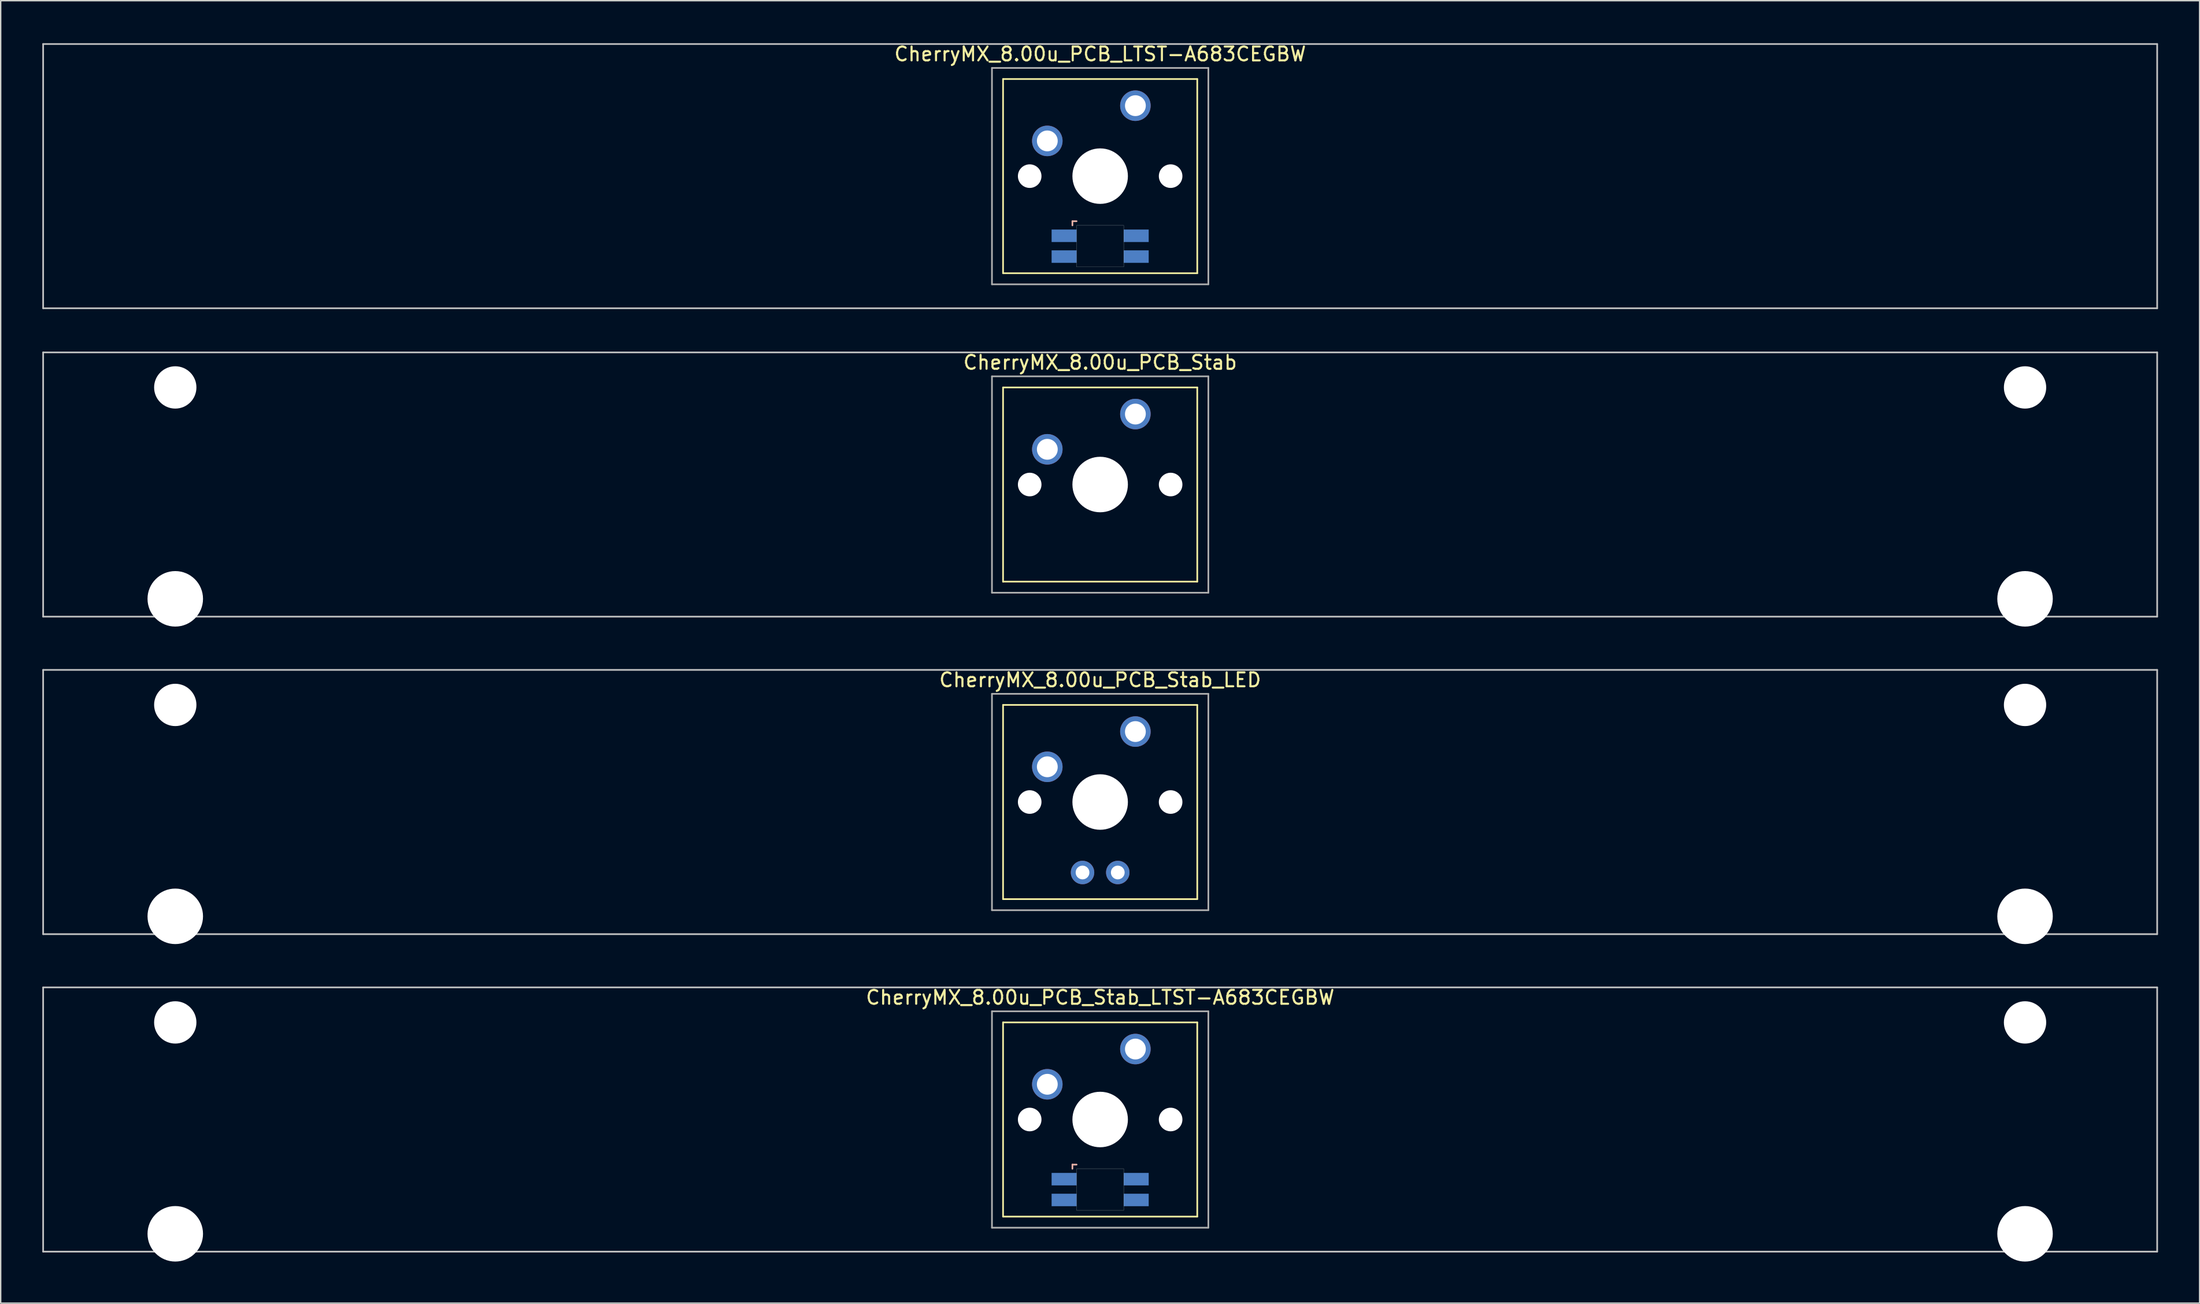
<source format=kicad_pcb>
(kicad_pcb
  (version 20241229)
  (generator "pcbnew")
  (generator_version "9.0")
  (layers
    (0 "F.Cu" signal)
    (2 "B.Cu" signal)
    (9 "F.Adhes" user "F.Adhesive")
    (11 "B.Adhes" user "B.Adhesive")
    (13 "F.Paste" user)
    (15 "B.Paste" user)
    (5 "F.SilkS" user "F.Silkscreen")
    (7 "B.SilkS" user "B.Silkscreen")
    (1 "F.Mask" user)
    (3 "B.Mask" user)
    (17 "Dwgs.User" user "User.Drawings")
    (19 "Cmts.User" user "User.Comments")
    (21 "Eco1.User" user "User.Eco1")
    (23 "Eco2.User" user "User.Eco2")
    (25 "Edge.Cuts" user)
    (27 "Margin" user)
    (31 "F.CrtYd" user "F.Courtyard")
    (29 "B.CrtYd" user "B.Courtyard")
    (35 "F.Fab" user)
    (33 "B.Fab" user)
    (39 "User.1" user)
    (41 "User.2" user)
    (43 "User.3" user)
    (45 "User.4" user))
  (footprint "CherryMX_8.00u_PCB_LTST-A683CEGBW"
    (layer "F.Cu")
    (at 76.26 9.648)
    (property "Reference" "CherryMX_8.00u_PCB_LTST-A683CEGBW" (at 0 -8.8 0) (layer "F.SilkS") (effects (font (size 1 1) (thickness 0.15))))
    (attr through_hole)
    (fp_line (start -7 -7) (end -7 7) (stroke (width 0.12) (type solid)) (layer "F.SilkS"))
    (fp_line (start -7 -7) (end 7 -7) (stroke (width 0.12) (type solid)) (layer "F.SilkS"))
    (fp_line (start 7 -7) (end 7 7) (stroke (width 0.12) (type solid)) (layer "F.SilkS"))
    (fp_line (start 7 7) (end -7 7) (stroke (width 0.12) (type solid)) (layer "F.SilkS"))
    (fp_line (start -2 3.25) (end -2 3.55) (stroke (width 0.12) (type solid)) (layer "B.SilkS"))
    (fp_line (start -1.7 3.25) (end -2 3.25) (stroke (width 0.12) (type solid)) (layer "B.SilkS"))
    (fp_line (start -76.2 -9.525) (end 76.2 -9.525) (stroke (width 0.12) (type solid)) (layer "Dwgs.User"))
    (fp_line (start -76.2 9.525) (end -76.2 -9.525) (stroke (width 0.12) (type solid)) (layer "Dwgs.User"))
    (fp_line (start 76.2 -9.525) (end 76.2 9.525) (stroke (width 0.12) (type solid)) (layer "Dwgs.User"))
    (fp_line (start 76.2 9.525) (end -76.2 9.525) (stroke (width 0.12) (type solid)) (layer "Dwgs.User"))
    (fp_poly (pts (xy 1.7 6.55) (xy -1.7 6.55) (xy -1.7 3.55) (xy 1.7 3.55)) (stroke (width 0.01) (type solid)) (fill no) (layer "Edge.Cuts"))
    (fp_line (start -7.8 -7.8) (end -7.8 7.8) (stroke (width 0.12) (type solid)) (layer "F.Fab"))
    (fp_line (start -7.8 -7.8) (end 7.8 -7.8) (stroke (width 0.12) (type solid)) (layer "F.Fab"))
    (fp_line (start -7.8 7.8) (end 7.8 7.8) (stroke (width 0.12) (type solid)) (layer "F.Fab"))
    (fp_line (start 7.8 -7.8) (end 7.8 7.8) (stroke (width 0.12) (type solid)) (layer "F.Fab"))
    (pad "" np_thru_hole circle (at -5.08 0) (size 1.7 1.7) (drill 1.7) (layers "*.Cu" "*.Mask"))
    (pad "" np_thru_hole circle (at 0 0) (size 4 4) (drill 4) (layers "*.Cu" "*.Mask"))
    (pad "" np_thru_hole circle (at 5.08 0) (size 1.7 1.7) (drill 1.7) (layers "*.Cu" "*.Mask"))
    (pad "1" thru_hole circle (at -3.81 -2.54) (size 2.2 2.2) (drill 1.5) (layers "*.Cu" "*.Mask"))
    (pad "2" thru_hole circle (at 2.54 -5.08) (size 2.2 2.2) (drill 1.5) (layers "*.Cu" "*.Mask"))
    (pad "3" smd rect (at -2.6 4.3) (size 1.8 0.9) (layers "B.Cu" "B.Mask" "B.Paste"))
    (pad "4" smd rect (at -2.6 5.8) (size 1.8 0.9) (layers "B.Cu" "B.Mask" "B.Paste"))
    (pad "5" smd rect (at 2.6 4.3) (size 1.8 0.9) (layers "B.Cu" "B.Mask" "B.Paste"))
    (pad "6" smd rect (at 2.6 5.8) (size 1.8 0.9) (layers "B.Cu" "B.Mask" "B.Paste")))
  (footprint "CherryMX_8.00u_PCB_Stab"
    (layer "F.Cu")
    (at 76.26 31.881)
    (property "Reference" "CherryMX_8.00u_PCB_Stab" (at 0 -8.8 0) (layer "F.SilkS") (effects (font (size 1 1) (thickness 0.15))))
    (attr through_hole)
    (fp_line (start -7 -7) (end -7 7) (stroke (width 0.12) (type solid)) (layer "F.SilkS"))
    (fp_line (start -7 -7) (end 7 -7) (stroke (width 0.12) (type solid)) (layer "F.SilkS"))
    (fp_line (start 7 -7) (end 7 7) (stroke (width 0.12) (type solid)) (layer "F.SilkS"))
    (fp_line (start 7 7) (end -7 7) (stroke (width 0.12) (type solid)) (layer "F.SilkS"))
    (fp_line (start -76.2 -9.525) (end 76.2 -9.525) (stroke (width 0.12) (type solid)) (layer "Dwgs.User"))
    (fp_line (start -76.2 9.525) (end -76.2 -9.525) (stroke (width 0.12) (type solid)) (layer "Dwgs.User"))
    (fp_line (start 76.2 -9.525) (end 76.2 9.525) (stroke (width 0.12) (type solid)) (layer "Dwgs.User"))
    (fp_line (start 76.2 9.525) (end -76.2 9.525) (stroke (width 0.12) (type solid)) (layer "Dwgs.User"))
    (fp_line (start -7.8 -7.8) (end -7.8 7.8) (stroke (width 0.12) (type solid)) (layer "F.Fab"))
    (fp_line (start -7.8 -7.8) (end 7.8 -7.8) (stroke (width 0.12) (type solid)) (layer "F.Fab"))
    (fp_line (start -7.8 7.8) (end 7.8 7.8) (stroke (width 0.12) (type solid)) (layer "F.Fab"))
    (fp_line (start 7.8 -7.8) (end 7.8 7.8) (stroke (width 0.12) (type solid)) (layer "F.Fab"))
    (pad "" np_thru_hole circle (at -66.675 -7) (size 3.05 3.05) (drill 3.05) (layers "*.Cu" "*.Mask"))
    (pad "" np_thru_hole circle (at -66.675 8.24) (size 4 4) (drill 4) (layers "*.Cu" "*.Mask"))
    (pad "" np_thru_hole circle (at -5.08 0) (size 1.7 1.7) (drill 1.7) (layers "*.Cu" "*.Mask"))
    (pad "" np_thru_hole circle (at 0 0) (size 4 4) (drill 4) (layers "*.Cu" "*.Mask"))
    (pad "" np_thru_hole circle (at 5.08 0) (size 1.7 1.7) (drill 1.7) (layers "*.Cu" "*.Mask"))
    (pad "" np_thru_hole circle (at 66.675 -7) (size 3.05 3.05) (drill 3.05) (layers "*.Cu" "*.Mask"))
    (pad "" np_thru_hole circle (at 66.675 8.24) (size 4 4) (drill 4) (layers "*.Cu" "*.Mask"))
    (pad "1" thru_hole circle (at -3.81 -2.54) (size 2.2 2.2) (drill 1.5) (layers "*.Cu" "*.Mask"))
    (pad "2" thru_hole circle (at 2.54 -5.08) (size 2.2 2.2) (drill 1.5) (layers "*.Cu" "*.Mask")))
  (footprint "CherryMX_8.00u_PCB_Stab_LTST-A683CEGBW"
    (layer "F.Cu")
    (at 76.26 77.658)
    (property "Reference" "CherryMX_8.00u_PCB_Stab_LTST-A683CEGBW" (at 0 -8.8 0) (layer "F.SilkS") (effects (font (size 1 1) (thickness 0.15))))
    (attr through_hole)
    (fp_line (start -7 -7) (end -7 7) (stroke (width 0.12) (type solid)) (layer "F.SilkS"))
    (fp_line (start -7 -7) (end 7 -7) (stroke (width 0.12) (type solid)) (layer "F.SilkS"))
    (fp_line (start 7 -7) (end 7 7) (stroke (width 0.12) (type solid)) (layer "F.SilkS"))
    (fp_line (start 7 7) (end -7 7) (stroke (width 0.12) (type solid)) (layer "F.SilkS"))
    (fp_line (start -2 3.25) (end -2 3.55) (stroke (width 0.12) (type solid)) (layer "B.SilkS"))
    (fp_line (start -1.7 3.25) (end -2 3.25) (stroke (width 0.12) (type solid)) (layer "B.SilkS"))
    (fp_line (start -76.2 -9.525) (end 76.2 -9.525) (stroke (width 0.12) (type solid)) (layer "Dwgs.User"))
    (fp_line (start -76.2 9.525) (end -76.2 -9.525) (stroke (width 0.12) (type solid)) (layer "Dwgs.User"))
    (fp_line (start 76.2 -9.525) (end 76.2 9.525) (stroke (width 0.12) (type solid)) (layer "Dwgs.User"))
    (fp_line (start 76.2 9.525) (end -76.2 9.525) (stroke (width 0.12) (type solid)) (layer "Dwgs.User"))
    (fp_poly (pts (xy 1.7 6.55) (xy -1.7 6.55) (xy -1.7 3.55) (xy 1.7 3.55)) (stroke (width 0.01) (type solid)) (fill no) (layer "Edge.Cuts"))
    (fp_line (start -7.8 -7.8) (end -7.8 7.8) (stroke (width 0.12) (type solid)) (layer "F.Fab"))
    (fp_line (start -7.8 -7.8) (end 7.8 -7.8) (stroke (width 0.12) (type solid)) (layer "F.Fab"))
    (fp_line (start -7.8 7.8) (end 7.8 7.8) (stroke (width 0.12) (type solid)) (layer "F.Fab"))
    (fp_line (start 7.8 -7.8) (end 7.8 7.8) (stroke (width 0.12) (type solid)) (layer "F.Fab"))
    (pad "" np_thru_hole circle (at -66.675 -7) (size 3.05 3.05) (drill 3.05) (layers "*.Cu" "*.Mask"))
    (pad "" np_thru_hole circle (at -66.675 8.24) (size 4 4) (drill 4) (layers "*.Cu" "*.Mask"))
    (pad "" np_thru_hole circle (at -5.08 0) (size 1.7 1.7) (drill 1.7) (layers "*.Cu" "*.Mask"))
    (pad "" np_thru_hole circle (at 0 0) (size 4 4) (drill 4) (layers "*.Cu" "*.Mask"))
    (pad "" np_thru_hole circle (at 5.08 0) (size 1.7 1.7) (drill 1.7) (layers "*.Cu" "*.Mask"))
    (pad "" np_thru_hole circle (at 66.675 -7) (size 3.05 3.05) (drill 3.05) (layers "*.Cu" "*.Mask"))
    (pad "" np_thru_hole circle (at 66.675 8.24) (size 4 4) (drill 4) (layers "*.Cu" "*.Mask"))
    (pad "1" thru_hole circle (at -3.81 -2.54) (size 2.2 2.2) (drill 1.5) (layers "*.Cu" "*.Mask"))
    (pad "2" thru_hole circle (at 2.54 -5.08) (size 2.2 2.2) (drill 1.5) (layers "*.Cu" "*.Mask"))
    (pad "3" smd rect (at -2.6 4.3) (size 1.8 0.9) (layers "B.Cu" "B.Mask" "B.Paste"))
    (pad "4" smd rect (at -2.6 5.8) (size 1.8 0.9) (layers "B.Cu" "B.Mask" "B.Paste"))
    (pad "5" smd rect (at 2.6 4.3) (size 1.8 0.9) (layers "B.Cu" "B.Mask" "B.Paste"))
    (pad "6" smd rect (at 2.6 5.8) (size 1.8 0.9) (layers "B.Cu" "B.Mask" "B.Paste")))
  (footprint "CherryMX_8.00u_PCB_Stab_LED"
    (layer "F.Cu")
    (at 76.26 54.77)
    (property "Reference" "CherryMX_8.00u_PCB_Stab_LED" (at 0 -8.8 0) (layer "F.SilkS") (effects (font (size 1 1) (thickness 0.15))))
    (attr through_hole)
    (fp_line (start -7 -7) (end -7 7) (stroke (width 0.12) (type solid)) (layer "F.SilkS"))
    (fp_line (start -7 -7) (end 7 -7) (stroke (width 0.12) (type solid)) (layer "F.SilkS"))
    (fp_line (start 7 -7) (end 7 7) (stroke (width 0.12) (type solid)) (layer "F.SilkS"))
    (fp_line (start 7 7) (end -7 7) (stroke (width 0.12) (type solid)) (layer "F.SilkS"))
    (fp_line (start -76.2 -9.525) (end 76.2 -9.525) (stroke (width 0.12) (type solid)) (layer "Dwgs.User"))
    (fp_line (start -76.2 9.525) (end -76.2 -9.525) (stroke (width 0.12) (type solid)) (layer "Dwgs.User"))
    (fp_line (start 76.2 -9.525) (end 76.2 9.525) (stroke (width 0.12) (type solid)) (layer "Dwgs.User"))
    (fp_line (start 76.2 9.525) (end -76.2 9.525) (stroke (width 0.12) (type solid)) (layer "Dwgs.User"))
    (fp_line (start -7.8 -7.8) (end -7.8 7.8) (stroke (width 0.12) (type solid)) (layer "F.Fab"))
    (fp_line (start -7.8 -7.8) (end 7.8 -7.8) (stroke (width 0.12) (type solid)) (layer "F.Fab"))
    (fp_line (start -7.8 7.8) (end 7.8 7.8) (stroke (width 0.12) (type solid)) (layer "F.Fab"))
    (fp_line (start 7.8 -7.8) (end 7.8 7.8) (stroke (width 0.12) (type solid)) (layer "F.Fab"))
    (pad "" np_thru_hole circle (at -66.675 -7) (size 3.05 3.05) (drill 3.05) (layers "*.Cu" "*.Mask"))
    (pad "" np_thru_hole circle (at -66.675 8.24) (size 4 4) (drill 4) (layers "*.Cu" "*.Mask"))
    (pad "" np_thru_hole circle (at -5.08 0) (size 1.7 1.7) (drill 1.7) (layers "*.Cu" "*.Mask"))
    (pad "" np_thru_hole circle (at 0 0) (size 4 4) (drill 4) (layers "*.Cu" "*.Mask"))
    (pad "" np_thru_hole circle (at 5.08 0) (size 1.7 1.7) (drill 1.7) (layers "*.Cu" "*.Mask"))
    (pad "" np_thru_hole circle (at 66.675 -7) (size 3.05 3.05) (drill 3.05) (layers "*.Cu" "*.Mask"))
    (pad "" np_thru_hole circle (at 66.675 8.24) (size 4 4) (drill 4) (layers "*.Cu" "*.Mask"))
    (pad "1" thru_hole circle (at -3.81 -2.54) (size 2.2 2.2) (drill 1.5) (layers "*.Cu" "*.Mask"))
    (pad "2" thru_hole circle (at 2.54 -5.08) (size 2.2 2.2) (drill 1.5) (layers "*.Cu" "*.Mask"))
    (pad "3" thru_hole circle (at -1.27 5.08) (size 1.691 1.691) (drill 0.991) (layers "*.Cu" "*.Mask"))
    (pad "4" thru_hole circle (at 1.27 5.08) (size 1.691 1.691) (drill 0.991) (layers "*.Cu" "*.Mask")))
  (gr_rect
    (start -3 -3)
    (end 155.52 90.898)
    (stroke (width 0.1) (type default))
    (fill no)
    (layer "Edge.Cuts")))
</source>
